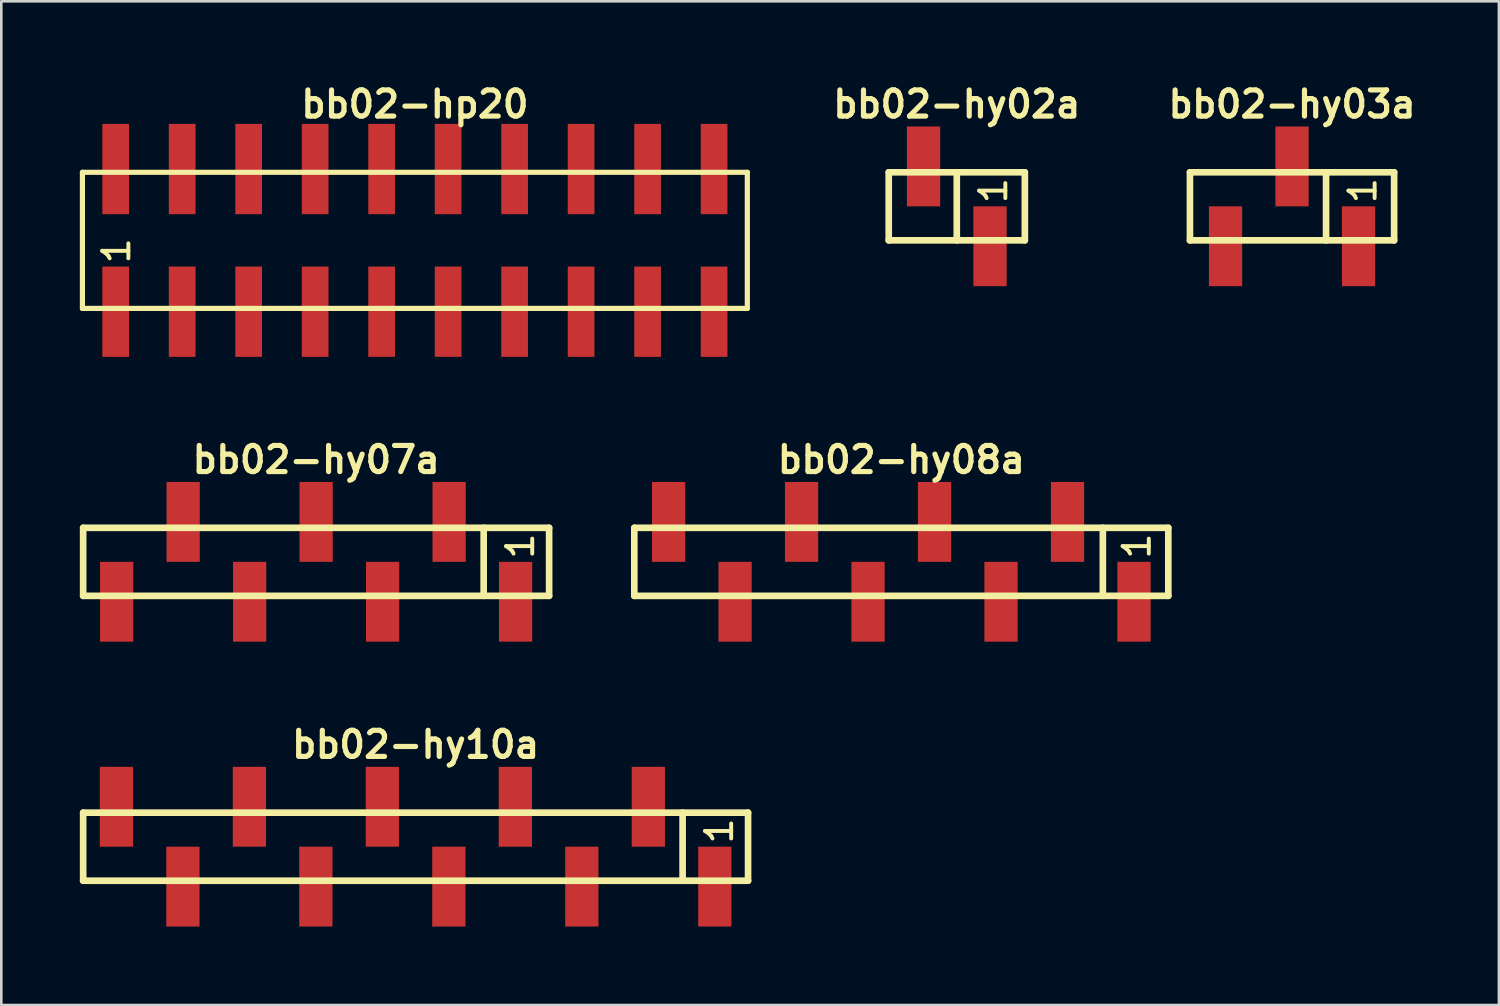
<source format=kicad_pcb>
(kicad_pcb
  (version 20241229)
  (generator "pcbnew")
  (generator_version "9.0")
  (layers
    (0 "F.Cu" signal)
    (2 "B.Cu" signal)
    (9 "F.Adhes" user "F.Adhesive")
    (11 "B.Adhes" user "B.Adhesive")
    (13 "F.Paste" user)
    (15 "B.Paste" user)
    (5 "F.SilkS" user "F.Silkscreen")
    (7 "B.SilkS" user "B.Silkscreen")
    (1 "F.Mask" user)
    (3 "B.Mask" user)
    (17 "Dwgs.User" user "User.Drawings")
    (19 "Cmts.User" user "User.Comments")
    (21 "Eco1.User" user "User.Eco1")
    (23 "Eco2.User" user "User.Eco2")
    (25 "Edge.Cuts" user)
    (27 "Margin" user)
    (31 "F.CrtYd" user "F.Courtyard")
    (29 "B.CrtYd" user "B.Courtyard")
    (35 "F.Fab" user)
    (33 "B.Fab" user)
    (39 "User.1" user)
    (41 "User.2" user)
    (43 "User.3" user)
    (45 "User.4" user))
  (footprint "bb02-hy08a"
    (layer "F.Cu")
    (at 31.381 18.413)
    (property "Reference" "bb02-hy08a" (at 0 -3.9 0) (layer "F.SilkS") (effects (font (size 0.998 0.998) (thickness 0.198))))
    (attr through_hole)
    (fp_line (start -10.2 -1.3) (end 10.2 -1.3) (stroke (width 0.254) (type solid)) (layer "F.SilkS"))
    (fp_line (start -10.2 1.3) (end -10.2 -1.3) (stroke (width 0.254) (type solid)) (layer "F.SilkS"))
    (fp_line (start 7.7 1.3) (end 7.7 -1.3) (stroke (width 0.254) (type solid)) (layer "F.SilkS"))
    (fp_line (start 10.2 -1.3) (end 10.2 1.3) (stroke (width 0.254) (type solid)) (layer "F.SilkS"))
    (fp_line (start 10.2 1.3) (end -10.2 1.3) (stroke (width 0.254) (type solid)) (layer "F.SilkS"))
    (fp_text user "1" (at 9 -0.6 90) (layer "F.SilkS") (effects (font (size 1 1) (thickness 0.15))))
    (pad "1" smd rect (at 8.89 1.525) (size 1.27 3.05) (layers "F.Cu" "F.Mask" "F.Paste"))
    (pad "2" smd rect (at 6.35 -1.525) (size 1.27 3.05) (layers "F.Cu" "F.Mask" "F.Paste"))
    (pad "3" smd rect (at 3.81 1.525) (size 1.27 3.05) (layers "F.Cu" "F.Mask" "F.Paste"))
    (pad "4" smd rect (at 1.27 -1.525) (size 1.27 3.05) (layers "F.Cu" "F.Mask" "F.Paste"))
    (pad "5" smd rect (at -1.27 1.525) (size 1.27 3.05) (layers "F.Cu" "F.Mask" "F.Paste"))
    (pad "6" smd rect (at -3.81 -1.525) (size 1.27 3.05) (layers "F.Cu" "F.Mask" "F.Paste"))
    (pad "7" smd rect (at -6.35 1.525) (size 1.27 3.05) (layers "F.Cu" "F.Mask" "F.Paste"))
    (pad "8" smd rect (at -8.89 -1.525) (size 1.27 3.05) (layers "F.Cu" "F.Mask" "F.Paste")))
  (footprint "bb02-hy02a"
    (layer "F.Cu")
    (at 33.501 4.832)
    (property "Reference" "bb02-hy02a" (at 0 -3.9 0) (layer "F.SilkS") (effects (font (size 0.998 0.998) (thickness 0.198))))
    (attr through_hole)
    (fp_line (start -2.6 -1.3) (end 2.6 -1.3) (stroke (width 0.254) (type solid)) (layer "F.SilkS"))
    (fp_line (start -2.6 1.3) (end -2.6 -1.3) (stroke (width 0.254) (type solid)) (layer "F.SilkS"))
    (fp_line (start 0 1.3) (end 0 -1.3) (stroke (width 0.254) (type solid)) (layer "F.SilkS"))
    (fp_line (start 2.6 -1.3) (end 2.6 1.3) (stroke (width 0.254) (type solid)) (layer "F.SilkS"))
    (fp_line (start 2.6 1.3) (end -2.6 1.3) (stroke (width 0.254) (type solid)) (layer "F.SilkS"))
    (fp_text user "1" (at 1.4 -0.6 90) (layer "F.SilkS") (effects (font (size 1 1) (thickness 0.15))))
    (pad "1" smd rect (at 1.27 1.525) (size 1.27 3.05) (layers "F.Cu" "F.Mask" "F.Paste"))
    (pad "2" smd rect (at -1.27 -1.525) (size 1.27 3.05) (layers "F.Cu" "F.Mask" "F.Paste")))
  (footprint "bb02-hy10a"
    (layer "F.Cu")
    (at 12.827 29.295)
    (property "Reference" "bb02-hy10a" (at 0 -3.9 0) (layer "F.SilkS") (effects (font (size 0.998 0.998) (thickness 0.198))))
    (attr through_hole)
    (fp_line (start -12.7 -1.3) (end 12.7 -1.3) (stroke (width 0.254) (type solid)) (layer "F.SilkS"))
    (fp_line (start -12.7 1.3) (end -12.7 -1.3) (stroke (width 0.254) (type solid)) (layer "F.SilkS"))
    (fp_line (start 10.2 1.3) (end 10.2 -1.3) (stroke (width 0.254) (type solid)) (layer "F.SilkS"))
    (fp_line (start 12.7 -1.3) (end 12.7 1.3) (stroke (width 0.254) (type solid)) (layer "F.SilkS"))
    (fp_line (start 12.7 1.3) (end -12.7 1.3) (stroke (width 0.254) (type solid)) (layer "F.SilkS"))
    (fp_text user "1" (at 11.6 -0.6 90) (layer "F.SilkS") (effects (font (size 1 1) (thickness 0.15))))
    (pad "1" smd rect (at 11.43 1.525) (size 1.27 3.05) (layers "F.Cu" "F.Mask" "F.Paste"))
    (pad "2" smd rect (at 8.89 -1.525) (size 1.27 3.05) (layers "F.Cu" "F.Mask" "F.Paste"))
    (pad "3" smd rect (at 6.35 1.525) (size 1.27 3.05) (layers "F.Cu" "F.Mask" "F.Paste"))
    (pad "4" smd rect (at 3.81 -1.525) (size 1.27 3.05) (layers "F.Cu" "F.Mask" "F.Paste"))
    (pad "5" smd rect (at 1.27 1.525) (size 1.27 3.05) (layers "F.Cu" "F.Mask" "F.Paste"))
    (pad "6" smd rect (at -1.27 -1.525) (size 1.27 3.05) (layers "F.Cu" "F.Mask" "F.Paste"))
    (pad "7" smd rect (at -3.81 1.525) (size 1.27 3.05) (layers "F.Cu" "F.Mask" "F.Paste"))
    (pad "8" smd rect (at -6.35 -1.525) (size 1.27 3.05) (layers "F.Cu" "F.Mask" "F.Paste"))
    (pad "9" smd rect (at -8.89 1.525) (size 1.27 3.05) (layers "F.Cu" "F.Mask" "F.Paste"))
    (pad "10" smd rect (at -11.43 -1.525) (size 1.27 3.05) (layers "F.Cu" "F.Mask" "F.Paste")))
  (footprint "bb02-hy07a"
    (layer "F.Cu")
    (at 9.027 18.413)
    (property "Reference" "bb02-hy07a" (at 0 -3.9 0) (layer "F.SilkS") (effects (font (size 0.998 0.998) (thickness 0.198))))
    (attr through_hole)
    (fp_line (start -8.9 -1.3) (end 8.9 -1.3) (stroke (width 0.254) (type solid)) (layer "F.SilkS"))
    (fp_line (start -8.9 1.3) (end -8.9 -1.3) (stroke (width 0.254) (type solid)) (layer "F.SilkS"))
    (fp_line (start 6.4 1.3) (end 6.4 -1.3) (stroke (width 0.254) (type solid)) (layer "F.SilkS"))
    (fp_line (start 8.9 -1.3) (end 8.9 1.3) (stroke (width 0.254) (type solid)) (layer "F.SilkS"))
    (fp_line (start 8.9 1.3) (end -8.9 1.3) (stroke (width 0.254) (type solid)) (layer "F.SilkS"))
    (fp_text user "1" (at 7.8 -0.6 90) (layer "F.SilkS") (effects (font (size 1 1) (thickness 0.15))))
    (pad "1" smd rect (at 7.62 1.525) (size 1.27 3.05) (layers "F.Cu" "F.Mask" "F.Paste"))
    (pad "2" smd rect (at 5.08 -1.525) (size 1.27 3.05) (layers "F.Cu" "F.Mask" "F.Paste"))
    (pad "3" smd rect (at 2.54 1.525) (size 1.27 3.05) (layers "F.Cu" "F.Mask" "F.Paste"))
    (pad "4" smd rect (at 0 -1.525) (size 1.27 3.05) (layers "F.Cu" "F.Mask" "F.Paste"))
    (pad "5" smd rect (at -2.54 1.525) (size 1.27 3.05) (layers "F.Cu" "F.Mask" "F.Paste"))
    (pad "6" smd rect (at -5.08 -1.525) (size 1.27 3.05) (layers "F.Cu" "F.Mask" "F.Paste"))
    (pad "7" smd rect (at -7.62 1.525) (size 1.27 3.05) (layers "F.Cu" "F.Mask" "F.Paste")))
  (footprint "bb02-hp20"
    (layer "F.Cu")
    (at 12.799 6.132)
    (property "Reference" "bb02-hp20" (at 0 -5.2 0) (layer "F.SilkS") (effects (font (size 0.998 0.998) (thickness 0.198))))
    (attr through_hole)
    (fp_line (start -12.7 -2.6) (end -12.7 2.6) (stroke (width 0.198) (type solid)) (layer "F.SilkS"))
    (fp_line (start -12.7 -2.6) (end 12.7 -2.6) (stroke (width 0.198) (type solid)) (layer "F.SilkS"))
    (fp_line (start 12.7 2.6) (end -12.7 2.6) (stroke (width 0.198) (type solid)) (layer "F.SilkS"))
    (fp_line (start 12.7 2.6) (end 12.7 -2.6) (stroke (width 0.198) (type solid)) (layer "F.SilkS"))
    (fp_text user "1" (at -11.4 0.4 90) (layer "F.SilkS") (effects (font (size 1 1) (thickness 0.15))))
    (pad "1" smd rect (at -11.43 2.725) (size 1.02 3.45) (layers "F.Cu" "F.Mask" "F.Paste"))
    (pad "2" smd rect (at -11.43 -2.725) (size 1.02 3.45) (layers "F.Cu" "F.Mask" "F.Paste"))
    (pad "3" smd rect (at -8.89 2.725) (size 1.02 3.45) (layers "F.Cu" "F.Mask" "F.Paste"))
    (pad "4" smd rect (at -8.89 -2.725) (size 1.02 3.45) (layers "F.Cu" "F.Mask" "F.Paste"))
    (pad "5" smd rect (at -6.35 2.725) (size 1.02 3.45) (layers "F.Cu" "F.Mask" "F.Paste"))
    (pad "6" smd rect (at -6.35 -2.725) (size 1.02 3.45) (layers "F.Cu" "F.Mask" "F.Paste"))
    (pad "7" smd rect (at -3.81 2.725) (size 1.02 3.45) (layers "F.Cu" "F.Mask" "F.Paste"))
    (pad "8" smd rect (at -3.81 -2.725) (size 1.02 3.45) (layers "F.Cu" "F.Mask" "F.Paste"))
    (pad "9" smd rect (at -1.27 2.725) (size 1.02 3.45) (layers "F.Cu" "F.Mask" "F.Paste"))
    (pad "10" smd rect (at -1.27 -2.725) (size 1.02 3.45) (layers "F.Cu" "F.Mask" "F.Paste"))
    (pad "11" smd rect (at 1.27 2.725) (size 1.02 3.45) (layers "F.Cu" "F.Mask" "F.Paste"))
    (pad "12" smd rect (at 1.27 -2.725) (size 1.02 3.45) (layers "F.Cu" "F.Mask" "F.Paste"))
    (pad "13" smd rect (at 3.81 2.725) (size 1.02 3.45) (layers "F.Cu" "F.Mask" "F.Paste"))
    (pad "14" smd rect (at 3.81 -2.725) (size 1.02 3.45) (layers "F.Cu" "F.Mask" "F.Paste"))
    (pad "15" smd rect (at 6.35 2.725) (size 1.02 3.45) (layers "F.Cu" "F.Mask" "F.Paste"))
    (pad "16" smd rect (at 6.35 -2.725) (size 1.02 3.45) (layers "F.Cu" "F.Mask" "F.Paste"))
    (pad "17" smd rect (at 8.89 2.725) (size 1.02 3.45) (layers "F.Cu" "F.Mask" "F.Paste"))
    (pad "18" smd rect (at 8.89 -2.725) (size 1.02 3.45) (layers "F.Cu" "F.Mask" "F.Paste"))
    (pad "19" smd rect (at 11.43 2.725) (size 1.02 3.45) (layers "F.Cu" "F.Mask" "F.Paste"))
    (pad "20" smd rect (at 11.43 -2.725) (size 1.02 3.45) (layers "F.Cu" "F.Mask" "F.Paste")))
  (footprint "bb02-hy03a"
    (layer "F.Cu")
    (at 46.308 4.832)
    (property "Reference" "bb02-hy03a" (at 0 -3.9 0) (layer "F.SilkS") (effects (font (size 0.998 0.998) (thickness 0.198))))
    (attr through_hole)
    (fp_line (start -3.9 -1.3) (end 3.9 -1.3) (stroke (width 0.254) (type solid)) (layer "F.SilkS"))
    (fp_line (start -3.9 1.3) (end -3.9 -1.3) (stroke (width 0.254) (type solid)) (layer "F.SilkS"))
    (fp_line (start 1.3 1.3) (end 1.3 -1.3) (stroke (width 0.254) (type solid)) (layer "F.SilkS"))
    (fp_line (start 3.9 -1.3) (end 3.9 1.3) (stroke (width 0.254) (type solid)) (layer "F.SilkS"))
    (fp_line (start 3.9 1.3) (end -3.9 1.3) (stroke (width 0.254) (type solid)) (layer "F.SilkS"))
    (fp_text user "1" (at 2.7 -0.6 90) (layer "F.SilkS") (effects (font (size 1 1) (thickness 0.15))))
    (pad "1" smd rect (at 2.54 1.525) (size 1.27 3.05) (layers "F.Cu" "F.Mask" "F.Paste"))
    (pad "2" smd rect (at 0 -1.525) (size 1.27 3.05) (layers "F.Cu" "F.Mask" "F.Paste"))
    (pad "3" smd rect (at -2.54 1.525) (size 1.27 3.05) (layers "F.Cu" "F.Mask" "F.Paste")))
  (gr_rect
    (start -3 -3)
    (end 54.211 35.345)
    (stroke (width 0.1) (type default))
    (fill no)
    (layer "Edge.Cuts")))
</source>
